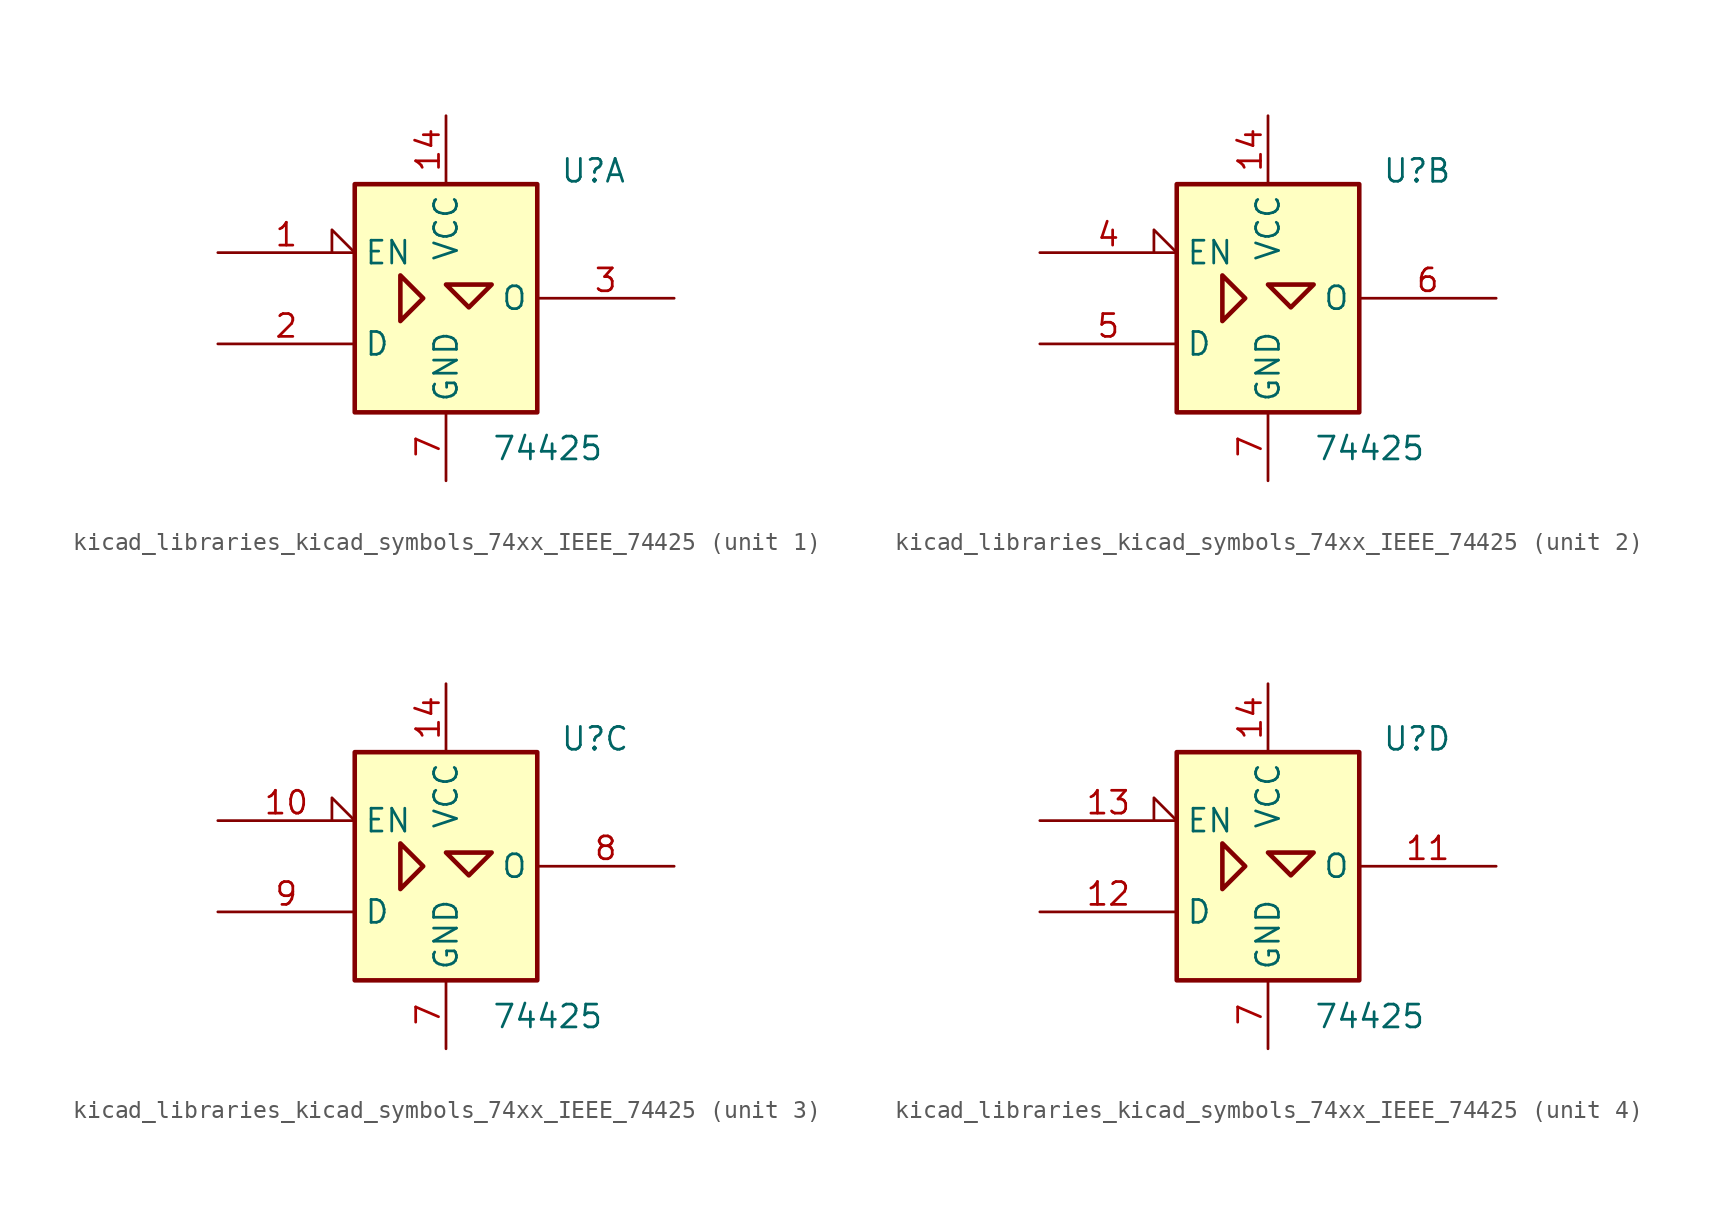
<source format=kicad_sym>
(kicad_symbol_lib
  (version 20220914)
  (generator kicad_symbol_editor)
  (symbol "kicad_libraries_kicad_symbols_74xx_IEEE_74425"
    (property "Reference" "U"
      (at 6.35 6.35 0)
      (effects (font (size 1.27 1.27)) (justify left bottom)))
    (property "Value" "74425"
      (at 2.54 -7.62 0)
      (effects (font (size 1.27 1.27)) (justify left top)))
    (symbol "kicad_libraries_kicad_symbols_74xx_IEEE_74425_0_1"
      (rectangle (start -5.08 6.35) (end 5.08 -6.35) (stroke (width 0.254) (type default)) (fill (type background)))
      (polyline (pts (xy -2.54 1.27) (xy -2.54 -1.27) (xy -1.27 0) (xy -2.54 1.27) (xy -2.54 1.27)) (stroke (width 0.254) (type default)) (fill (type background)))
      (polyline (pts (xy 0 0.762) (xy 2.54 0.762) (xy 1.27 -0.508) (xy 0 0.762) (xy 0 0.762)) (stroke (width 0.254) (type default)) (fill (type background)))
      (pin power_in line (at 0 10.16 270) (length 3.81) (name "VCC" (effects (font (size 1.27 1.27)))) (number "14" (effects (font (size 1.27 1.27)))))
      (pin power_in line (at 0 -10.16 90) (length 3.81) (name "GND" (effects (font (size 1.27 1.27)))) (number "7" (effects (font (size 1.27 1.27))))))
    (symbol "kicad_libraries_kicad_symbols_74xx_IEEE_74425_1_0"
      (pin input input_low (at -12.7 2.54 0) (length 7.62) (name "EN" (effects (font (size 1.27 1.27)))) (number "1" (effects (font (size 1.27 1.27))))))
    (symbol "kicad_libraries_kicad_symbols_74xx_IEEE_74425_1_1"
      (pin input line (at -12.7 -2.54 0) (length 7.62) (name "D" (effects (font (size 1.27 1.27)))) (number "2" (effects (font (size 1.27 1.27)))))
      (pin tri_state line (at 12.7 0 180) (length 7.62) (name "O" (effects (font (size 1.27 1.27)))) (number "3" (effects (font (size 1.27 1.27))))))
    (symbol "kicad_libraries_kicad_symbols_74xx_IEEE_74425_2_0"
      (pin input input_low (at -12.7 2.54 0) (length 7.62) (name "EN" (effects (font (size 1.27 1.27)))) (number "4" (effects (font (size 1.27 1.27))))))
    (symbol "kicad_libraries_kicad_symbols_74xx_IEEE_74425_2_1"
      (pin input line (at -12.7 -2.54 0) (length 7.62) (name "D" (effects (font (size 1.27 1.27)))) (number "5" (effects (font (size 1.27 1.27)))))
      (pin tri_state line (at 12.7 0 180) (length 7.62) (name "O" (effects (font (size 1.27 1.27)))) (number "6" (effects (font (size 1.27 1.27))))))
    (symbol "kicad_libraries_kicad_symbols_74xx_IEEE_74425_3_0"
      (pin input input_low (at -12.7 2.54 0) (length 7.62) (name "EN" (effects (font (size 1.27 1.27)))) (number "10" (effects (font (size 1.27 1.27))))))
    (symbol "kicad_libraries_kicad_symbols_74xx_IEEE_74425_3_1"
      (pin tri_state line (at 12.7 0 180) (length 7.62) (name "O" (effects (font (size 1.27 1.27)))) (number "8" (effects (font (size 1.27 1.27)))))
      (pin input line (at -12.7 -2.54 0) (length 7.62) (name "D" (effects (font (size 1.27 1.27)))) (number "9" (effects (font (size 1.27 1.27))))))
    (symbol "kicad_libraries_kicad_symbols_74xx_IEEE_74425_4_0"
      (pin input input_low (at -12.7 2.54 0) (length 7.62) (name "EN" (effects (font (size 1.27 1.27)))) (number "13" (effects (font (size 1.27 1.27))))))
    (symbol "kicad_libraries_kicad_symbols_74xx_IEEE_74425_4_1"
      (pin tri_state line (at 12.7 0 180) (length 7.62) (name "O" (effects (font (size 1.27 1.27)))) (number "11" (effects (font (size 1.27 1.27)))))
      (pin input line (at -12.7 -2.54 0) (length 7.62) (name "D" (effects (font (size 1.27 1.27)))) (number "12" (effects (font (size 1.27 1.27))))))))
</source>
